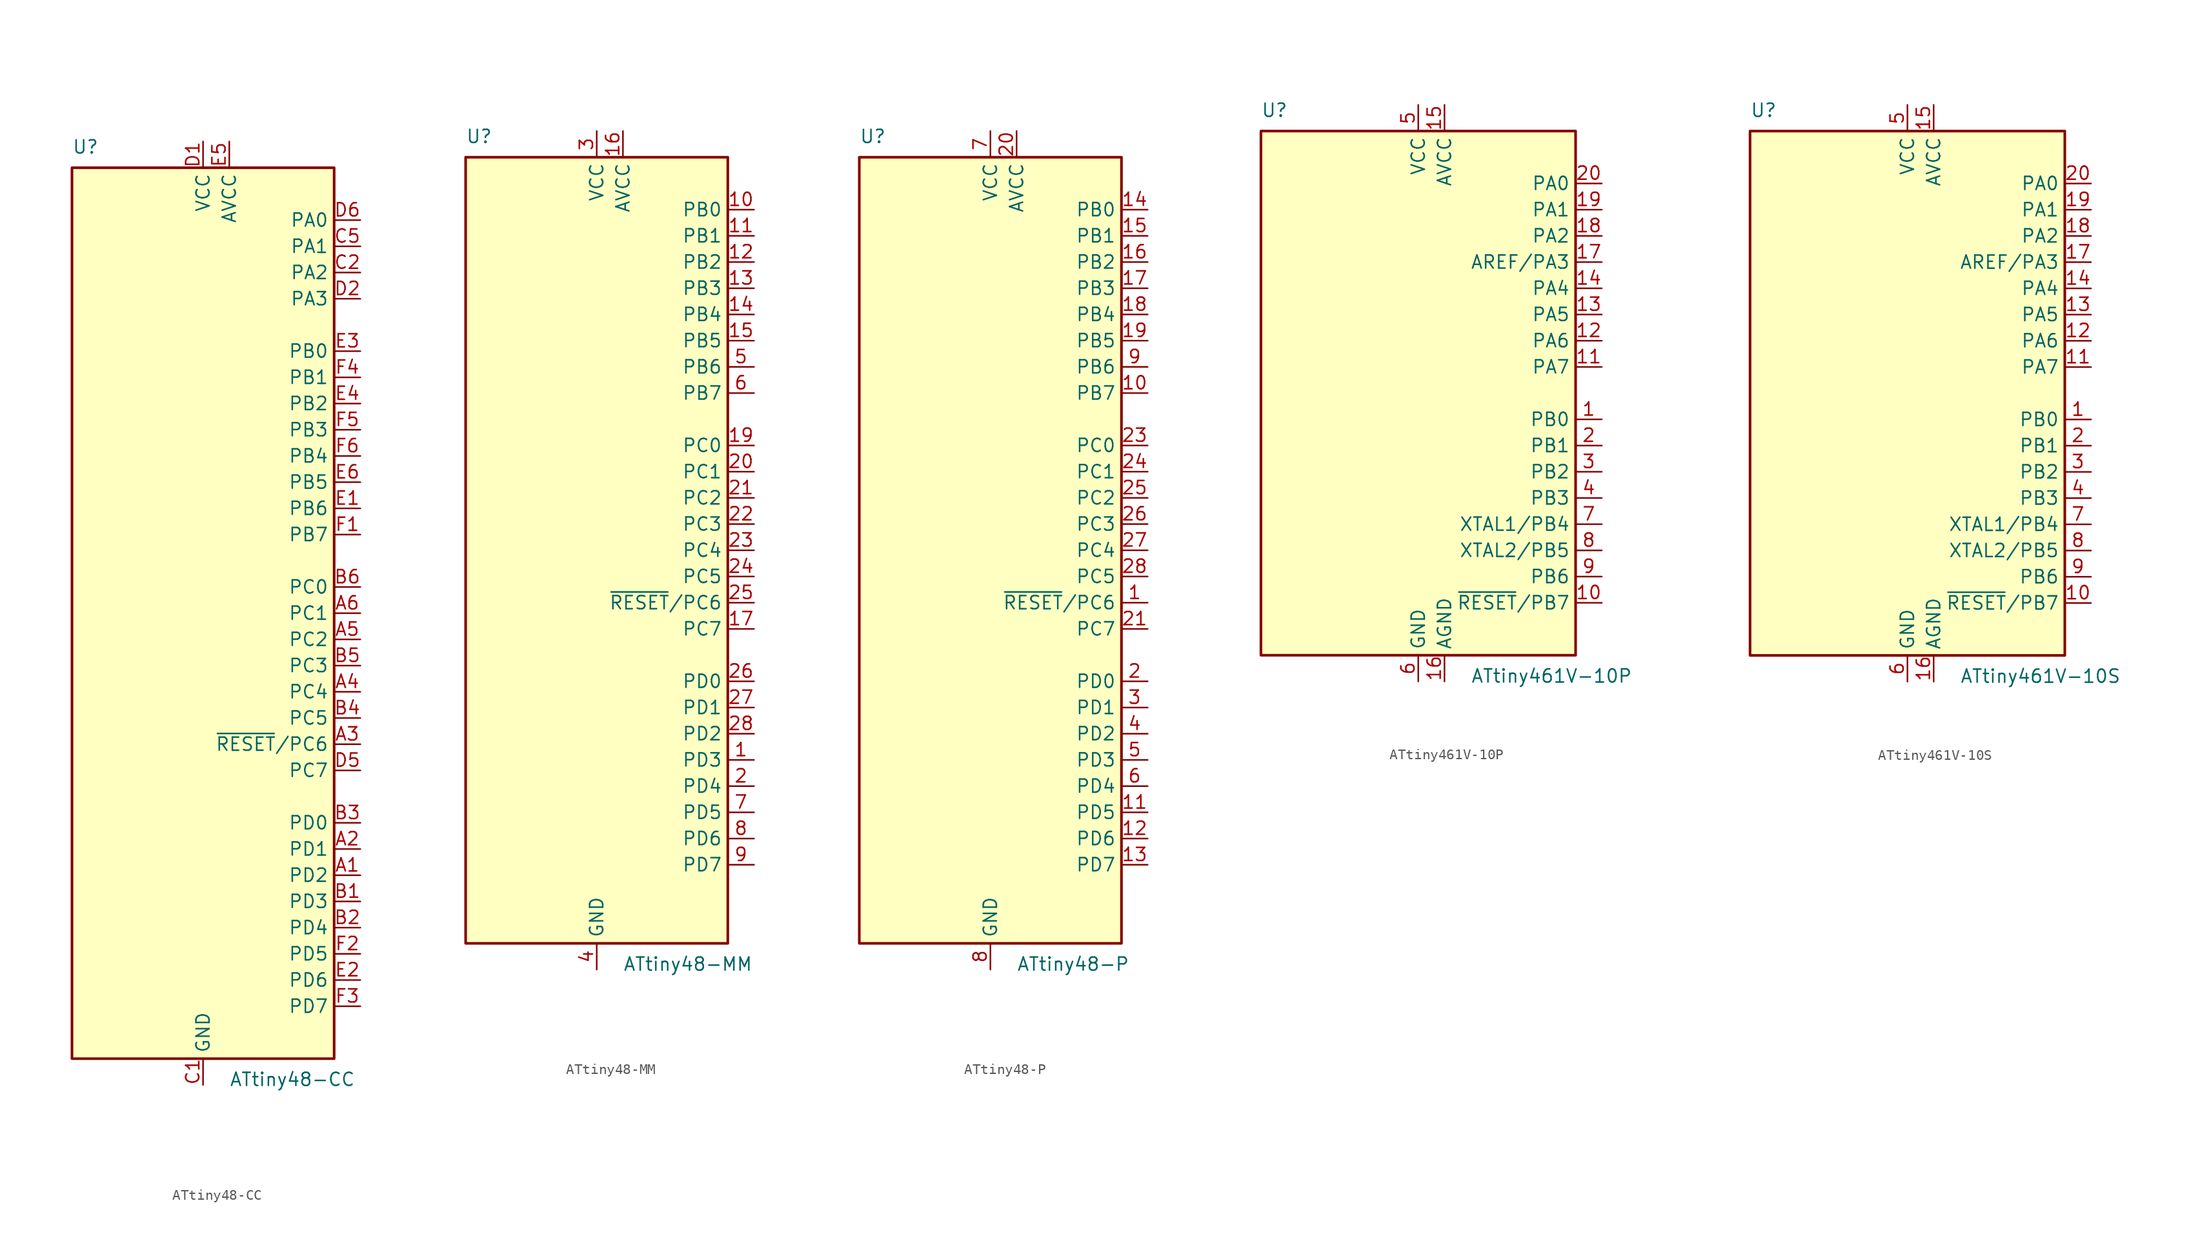
<source format=kicad_sym>
(kicad_symbol_lib
  (version 20201005)
  (generator kicad_symbol_editor)
  (symbol "MCU_Microchip_ATtiny:ATtiny48-CC"
    (property "Reference" "U"
      (at -12.7 44.45 0)
      (effects (font (size 1.27 1.27)) (justify left bottom)))
    (property "Value" "ATtiny48-CC"
      (at 2.54 -44.45 0)
      (effects (font (size 1.27 1.27)) (justify left top)))
    (symbol "ATtiny48-CC_0_1"
      (rectangle (start -12.7 -43.18) (end 12.7 43.18) (stroke (width 0.254)) (fill (type background))))
    (symbol "ATtiny48-CC_1_1"
      (pin bidirectional line (at 15.24 -25.4 180) (length 2.54) (name "PD2" (effects (font (size 1.27 1.27)))) (number "A1" (effects (font (size 1.27 1.27)))))
      (pin bidirectional line (at 15.24 -22.86 180) (length 2.54) (name "PD1" (effects (font (size 1.27 1.27)))) (number "A2" (effects (font (size 1.27 1.27)))))
      (pin bidirectional line (at 15.24 -12.7 180) (length 2.54) (name "~RESET~/PC6" (effects (font (size 1.27 1.27)))) (number "A3" (effects (font (size 1.27 1.27)))))
      (pin bidirectional line (at 15.24 -7.62 180) (length 2.54) (name "PC4" (effects (font (size 1.27 1.27)))) (number "A4" (effects (font (size 1.27 1.27)))))
      (pin bidirectional line (at 15.24 -2.54 180) (length 2.54) (name "PC2" (effects (font (size 1.27 1.27)))) (number "A5" (effects (font (size 1.27 1.27)))))
      (pin bidirectional line (at 15.24 0 180) (length 2.54) (name "PC1" (effects (font (size 1.27 1.27)))) (number "A6" (effects (font (size 1.27 1.27)))))
      (pin bidirectional line (at 15.24 -27.94 180) (length 2.54) (name "PD3" (effects (font (size 1.27 1.27)))) (number "B1" (effects (font (size 1.27 1.27)))))
      (pin bidirectional line (at 15.24 -30.48 180) (length 2.54) (name "PD4" (effects (font (size 1.27 1.27)))) (number "B2" (effects (font (size 1.27 1.27)))))
      (pin bidirectional line (at 15.24 -20.32 180) (length 2.54) (name "PD0" (effects (font (size 1.27 1.27)))) (number "B3" (effects (font (size 1.27 1.27)))))
      (pin bidirectional line (at 15.24 -10.16 180) (length 2.54) (name "PC5" (effects (font (size 1.27 1.27)))) (number "B4" (effects (font (size 1.27 1.27)))))
      (pin bidirectional line (at 15.24 -5.08 180) (length 2.54) (name "PC3" (effects (font (size 1.27 1.27)))) (number "B5" (effects (font (size 1.27 1.27)))))
      (pin bidirectional line (at 15.24 2.54 180) (length 2.54) (name "PC0" (effects (font (size 1.27 1.27)))) (number "B6" (effects (font (size 1.27 1.27)))))
      (pin power_in line (at 0 -45.72 90) (length 2.54) (name "GND" (effects (font (size 1.27 1.27)))) (number "C1" (effects (font (size 1.27 1.27)))))
      (pin bidirectional line (at 15.24 33.02 180) (length 2.54) (name "PA2" (effects (font (size 1.27 1.27)))) (number "C2" (effects (font (size 1.27 1.27)))))
      (pin bidirectional line (at 15.24 35.56 180) (length 2.54) (name "PA1" (effects (font (size 1.27 1.27)))) (number "C5" (effects (font (size 1.27 1.27)))))
      (pin passive line (at 0 -45.72 90) (length 2.54) hide (name "GND" (effects (font (size 1.27 1.27)))) (number "C6" (effects (font (size 1.27 1.27)))))
      (pin power_in line (at 0 45.72 270) (length 2.54) (name "VCC" (effects (font (size 1.27 1.27)))) (number "D1" (effects (font (size 1.27 1.27)))))
      (pin bidirectional line (at 15.24 30.48 180) (length 2.54) (name "PA3" (effects (font (size 1.27 1.27)))) (number "D2" (effects (font (size 1.27 1.27)))))
      (pin bidirectional line (at 15.24 -15.24 180) (length 2.54) (name "PC7" (effects (font (size 1.27 1.27)))) (number "D5" (effects (font (size 1.27 1.27)))))
      (pin bidirectional line (at 15.24 38.1 180) (length 2.54) (name "PA0" (effects (font (size 1.27 1.27)))) (number "D6" (effects (font (size 1.27 1.27)))))
      (pin bidirectional line (at 15.24 10.16 180) (length 2.54) (name "PB6" (effects (font (size 1.27 1.27)))) (number "E1" (effects (font (size 1.27 1.27)))))
      (pin bidirectional line (at 15.24 -35.56 180) (length 2.54) (name "PD6" (effects (font (size 1.27 1.27)))) (number "E2" (effects (font (size 1.27 1.27)))))
      (pin bidirectional line (at 15.24 25.4 180) (length 2.54) (name "PB0" (effects (font (size 1.27 1.27)))) (number "E3" (effects (font (size 1.27 1.27)))))
      (pin bidirectional line (at 15.24 20.32 180) (length 2.54) (name "PB2" (effects (font (size 1.27 1.27)))) (number "E4" (effects (font (size 1.27 1.27)))))
      (pin power_in line (at 2.54 45.72 270) (length 2.54) (name "AVCC" (effects (font (size 1.27 1.27)))) (number "E5" (effects (font (size 1.27 1.27)))))
      (pin bidirectional line (at 15.24 12.7 180) (length 2.54) (name "PB5" (effects (font (size 1.27 1.27)))) (number "E6" (effects (font (size 1.27 1.27)))))
      (pin bidirectional line (at 15.24 7.62 180) (length 2.54) (name "PB7" (effects (font (size 1.27 1.27)))) (number "F1" (effects (font (size 1.27 1.27)))))
      (pin bidirectional line (at 15.24 -33.02 180) (length 2.54) (name "PD5" (effects (font (size 1.27 1.27)))) (number "F2" (effects (font (size 1.27 1.27)))))
      (pin bidirectional line (at 15.24 -38.1 180) (length 2.54) (name "PD7" (effects (font (size 1.27 1.27)))) (number "F3" (effects (font (size 1.27 1.27)))))
      (pin bidirectional line (at 15.24 22.86 180) (length 2.54) (name "PB1" (effects (font (size 1.27 1.27)))) (number "F4" (effects (font (size 1.27 1.27)))))
      (pin bidirectional line (at 15.24 17.78 180) (length 2.54) (name "PB3" (effects (font (size 1.27 1.27)))) (number "F5" (effects (font (size 1.27 1.27)))))
      (pin bidirectional line (at 15.24 15.24 180) (length 2.54) (name "PB4" (effects (font (size 1.27 1.27)))) (number "F6" (effects (font (size 1.27 1.27)))))))
  (symbol "MCU_Microchip_ATtiny:ATtiny48-MM"
    (property "Reference" "U"
      (at -12.7 39.37 0)
      (effects (font (size 1.27 1.27)) (justify left bottom)))
    (property "Value" "ATtiny48-MM"
      (at 2.54 -39.37 0)
      (effects (font (size 1.27 1.27)) (justify left top)))
    (symbol "ATtiny48-MM_0_1"
      (rectangle (start -12.7 -38.1) (end 12.7 38.1) (stroke (width 0.254)) (fill (type background))))
    (symbol "ATtiny48-MM_1_1"
      (pin bidirectional line (at 15.24 -20.32 180) (length 2.54) (name "PD3" (effects (font (size 1.27 1.27)))) (number "1" (effects (font (size 1.27 1.27)))))
      (pin bidirectional line (at 15.24 33.02 180) (length 2.54) (name "PB0" (effects (font (size 1.27 1.27)))) (number "10" (effects (font (size 1.27 1.27)))))
      (pin bidirectional line (at 15.24 30.48 180) (length 2.54) (name "PB1" (effects (font (size 1.27 1.27)))) (number "11" (effects (font (size 1.27 1.27)))))
      (pin bidirectional line (at 15.24 27.94 180) (length 2.54) (name "PB2" (effects (font (size 1.27 1.27)))) (number "12" (effects (font (size 1.27 1.27)))))
      (pin bidirectional line (at 15.24 25.4 180) (length 2.54) (name "PB3" (effects (font (size 1.27 1.27)))) (number "13" (effects (font (size 1.27 1.27)))))
      (pin bidirectional line (at 15.24 22.86 180) (length 2.54) (name "PB4" (effects (font (size 1.27 1.27)))) (number "14" (effects (font (size 1.27 1.27)))))
      (pin bidirectional line (at 15.24 20.32 180) (length 2.54) (name "PB5" (effects (font (size 1.27 1.27)))) (number "15" (effects (font (size 1.27 1.27)))))
      (pin power_in line (at 2.54 40.64 270) (length 2.54) (name "AVCC" (effects (font (size 1.27 1.27)))) (number "16" (effects (font (size 1.27 1.27)))))
      (pin bidirectional line (at 15.24 -7.62 180) (length 2.54) (name "PC7" (effects (font (size 1.27 1.27)))) (number "17" (effects (font (size 1.27 1.27)))))
      (pin passive line (at 0 -40.64 90) (length 2.54) hide (name "GND" (effects (font (size 1.27 1.27)))) (number "18" (effects (font (size 1.27 1.27)))))
      (pin bidirectional line (at 15.24 10.16 180) (length 2.54) (name "PC0" (effects (font (size 1.27 1.27)))) (number "19" (effects (font (size 1.27 1.27)))))
      (pin bidirectional line (at 15.24 -22.86 180) (length 2.54) (name "PD4" (effects (font (size 1.27 1.27)))) (number "2" (effects (font (size 1.27 1.27)))))
      (pin bidirectional line (at 15.24 7.62 180) (length 2.54) (name "PC1" (effects (font (size 1.27 1.27)))) (number "20" (effects (font (size 1.27 1.27)))))
      (pin bidirectional line (at 15.24 5.08 180) (length 2.54) (name "PC2" (effects (font (size 1.27 1.27)))) (number "21" (effects (font (size 1.27 1.27)))))
      (pin bidirectional line (at 15.24 2.54 180) (length 2.54) (name "PC3" (effects (font (size 1.27 1.27)))) (number "22" (effects (font (size 1.27 1.27)))))
      (pin bidirectional line (at 15.24 0 180) (length 2.54) (name "PC4" (effects (font (size 1.27 1.27)))) (number "23" (effects (font (size 1.27 1.27)))))
      (pin bidirectional line (at 15.24 -2.54 180) (length 2.54) (name "PC5" (effects (font (size 1.27 1.27)))) (number "24" (effects (font (size 1.27 1.27)))))
      (pin bidirectional line (at 15.24 -5.08 180) (length 2.54) (name "~RESET~/PC6" (effects (font (size 1.27 1.27)))) (number "25" (effects (font (size 1.27 1.27)))))
      (pin bidirectional line (at 15.24 -12.7 180) (length 2.54) (name "PD0" (effects (font (size 1.27 1.27)))) (number "26" (effects (font (size 1.27 1.27)))))
      (pin bidirectional line (at 15.24 -15.24 180) (length 2.54) (name "PD1" (effects (font (size 1.27 1.27)))) (number "27" (effects (font (size 1.27 1.27)))))
      (pin bidirectional line (at 15.24 -17.78 180) (length 2.54) (name "PD2" (effects (font (size 1.27 1.27)))) (number "28" (effects (font (size 1.27 1.27)))))
      (pin passive line (at 0 -40.64 90) (length 2.54) hide (name "GND" (effects (font (size 1.27 1.27)))) (number "29" (effects (font (size 1.27 1.27)))))
      (pin power_in line (at 0 40.64 270) (length 2.54) (name "VCC" (effects (font (size 1.27 1.27)))) (number "3" (effects (font (size 1.27 1.27)))))
      (pin power_in line (at 0 -40.64 90) (length 2.54) (name "GND" (effects (font (size 1.27 1.27)))) (number "4" (effects (font (size 1.27 1.27)))))
      (pin bidirectional line (at 15.24 17.78 180) (length 2.54) (name "PB6" (effects (font (size 1.27 1.27)))) (number "5" (effects (font (size 1.27 1.27)))))
      (pin bidirectional line (at 15.24 15.24 180) (length 2.54) (name "PB7" (effects (font (size 1.27 1.27)))) (number "6" (effects (font (size 1.27 1.27)))))
      (pin bidirectional line (at 15.24 -25.4 180) (length 2.54) (name "PD5" (effects (font (size 1.27 1.27)))) (number "7" (effects (font (size 1.27 1.27)))))
      (pin bidirectional line (at 15.24 -27.94 180) (length 2.54) (name "PD6" (effects (font (size 1.27 1.27)))) (number "8" (effects (font (size 1.27 1.27)))))
      (pin bidirectional line (at 15.24 -30.48 180) (length 2.54) (name "PD7" (effects (font (size 1.27 1.27)))) (number "9" (effects (font (size 1.27 1.27)))))))
  (symbol "MCU_Microchip_ATtiny:ATtiny48-P"
    (property "Reference" "U"
      (at -12.7 39.37 0)
      (effects (font (size 1.27 1.27)) (justify left bottom)))
    (property "Value" "ATtiny48-P"
      (at 2.54 -39.37 0)
      (effects (font (size 1.27 1.27)) (justify left top)))
    (symbol "ATtiny48-P_0_1"
      (rectangle (start -12.7 -38.1) (end 12.7 38.1) (stroke (width 0.254)) (fill (type background))))
    (symbol "ATtiny48-P_1_1"
      (pin bidirectional line (at 15.24 -5.08 180) (length 2.54) (name "~RESET~/PC6" (effects (font (size 1.27 1.27)))) (number "1" (effects (font (size 1.27 1.27)))))
      (pin bidirectional line (at 15.24 15.24 180) (length 2.54) (name "PB7" (effects (font (size 1.27 1.27)))) (number "10" (effects (font (size 1.27 1.27)))))
      (pin bidirectional line (at 15.24 -25.4 180) (length 2.54) (name "PD5" (effects (font (size 1.27 1.27)))) (number "11" (effects (font (size 1.27 1.27)))))
      (pin bidirectional line (at 15.24 -27.94 180) (length 2.54) (name "PD6" (effects (font (size 1.27 1.27)))) (number "12" (effects (font (size 1.27 1.27)))))
      (pin bidirectional line (at 15.24 -30.48 180) (length 2.54) (name "PD7" (effects (font (size 1.27 1.27)))) (number "13" (effects (font (size 1.27 1.27)))))
      (pin bidirectional line (at 15.24 33.02 180) (length 2.54) (name "PB0" (effects (font (size 1.27 1.27)))) (number "14" (effects (font (size 1.27 1.27)))))
      (pin bidirectional line (at 15.24 30.48 180) (length 2.54) (name "PB1" (effects (font (size 1.27 1.27)))) (number "15" (effects (font (size 1.27 1.27)))))
      (pin bidirectional line (at 15.24 27.94 180) (length 2.54) (name "PB2" (effects (font (size 1.27 1.27)))) (number "16" (effects (font (size 1.27 1.27)))))
      (pin bidirectional line (at 15.24 25.4 180) (length 2.54) (name "PB3" (effects (font (size 1.27 1.27)))) (number "17" (effects (font (size 1.27 1.27)))))
      (pin bidirectional line (at 15.24 22.86 180) (length 2.54) (name "PB4" (effects (font (size 1.27 1.27)))) (number "18" (effects (font (size 1.27 1.27)))))
      (pin bidirectional line (at 15.24 20.32 180) (length 2.54) (name "PB5" (effects (font (size 1.27 1.27)))) (number "19" (effects (font (size 1.27 1.27)))))
      (pin bidirectional line (at 15.24 -12.7 180) (length 2.54) (name "PD0" (effects (font (size 1.27 1.27)))) (number "2" (effects (font (size 1.27 1.27)))))
      (pin power_in line (at 2.54 40.64 270) (length 2.54) (name "AVCC" (effects (font (size 1.27 1.27)))) (number "20" (effects (font (size 1.27 1.27)))))
      (pin bidirectional line (at 15.24 -7.62 180) (length 2.54) (name "PC7" (effects (font (size 1.27 1.27)))) (number "21" (effects (font (size 1.27 1.27)))))
      (pin passive line (at 0 -40.64 90) (length 2.54) hide (name "GND" (effects (font (size 1.27 1.27)))) (number "22" (effects (font (size 1.27 1.27)))))
      (pin bidirectional line (at 15.24 10.16 180) (length 2.54) (name "PC0" (effects (font (size 1.27 1.27)))) (number "23" (effects (font (size 1.27 1.27)))))
      (pin bidirectional line (at 15.24 7.62 180) (length 2.54) (name "PC1" (effects (font (size 1.27 1.27)))) (number "24" (effects (font (size 1.27 1.27)))))
      (pin bidirectional line (at 15.24 5.08 180) (length 2.54) (name "PC2" (effects (font (size 1.27 1.27)))) (number "25" (effects (font (size 1.27 1.27)))))
      (pin bidirectional line (at 15.24 2.54 180) (length 2.54) (name "PC3" (effects (font (size 1.27 1.27)))) (number "26" (effects (font (size 1.27 1.27)))))
      (pin bidirectional line (at 15.24 0 180) (length 2.54) (name "PC4" (effects (font (size 1.27 1.27)))) (number "27" (effects (font (size 1.27 1.27)))))
      (pin bidirectional line (at 15.24 -2.54 180) (length 2.54) (name "PC5" (effects (font (size 1.27 1.27)))) (number "28" (effects (font (size 1.27 1.27)))))
      (pin bidirectional line (at 15.24 -15.24 180) (length 2.54) (name "PD1" (effects (font (size 1.27 1.27)))) (number "3" (effects (font (size 1.27 1.27)))))
      (pin bidirectional line (at 15.24 -17.78 180) (length 2.54) (name "PD2" (effects (font (size 1.27 1.27)))) (number "4" (effects (font (size 1.27 1.27)))))
      (pin bidirectional line (at 15.24 -20.32 180) (length 2.54) (name "PD3" (effects (font (size 1.27 1.27)))) (number "5" (effects (font (size 1.27 1.27)))))
      (pin bidirectional line (at 15.24 -22.86 180) (length 2.54) (name "PD4" (effects (font (size 1.27 1.27)))) (number "6" (effects (font (size 1.27 1.27)))))
      (pin power_in line (at 0 40.64 270) (length 2.54) (name "VCC" (effects (font (size 1.27 1.27)))) (number "7" (effects (font (size 1.27 1.27)))))
      (pin power_in line (at 0 -40.64 90) (length 2.54) (name "GND" (effects (font (size 1.27 1.27)))) (number "8" (effects (font (size 1.27 1.27)))))
      (pin bidirectional line (at 15.24 17.78 180) (length 2.54) (name "PB6" (effects (font (size 1.27 1.27)))) (number "9" (effects (font (size 1.27 1.27)))))))
  (symbol "MCU_Microchip_ATtiny:ATtiny461V-10P"
    (property "Reference" "U"
      (at -15.24 26.67 0)
      (effects (font (size 1.27 1.27)) (justify left bottom)))
    (property "Value" "ATtiny461V-10P"
      (at 5.08 -26.67 0)
      (effects (font (size 1.27 1.27)) (justify left top)))
    (symbol "ATtiny461V-10P_0_1"
      (rectangle (start -15.24 -25.4) (end 15.24 25.4) (stroke (width 0.254)) (fill (type background))))
    (symbol "ATtiny461V-10P_1_1"
      (pin bidirectional line (at 17.78 -2.54 180) (length 2.54) (name "PB0" (effects (font (size 1.27 1.27)))) (number "1" (effects (font (size 1.27 1.27)))))
      (pin bidirectional line (at 17.78 -20.32 180) (length 2.54) (name "~RESET~/PB7" (effects (font (size 1.27 1.27)))) (number "10" (effects (font (size 1.27 1.27)))))
      (pin bidirectional line (at 17.78 2.54 180) (length 2.54) (name "PA7" (effects (font (size 1.27 1.27)))) (number "11" (effects (font (size 1.27 1.27)))))
      (pin bidirectional line (at 17.78 5.08 180) (length 2.54) (name "PA6" (effects (font (size 1.27 1.27)))) (number "12" (effects (font (size 1.27 1.27)))))
      (pin bidirectional line (at 17.78 7.62 180) (length 2.54) (name "PA5" (effects (font (size 1.27 1.27)))) (number "13" (effects (font (size 1.27 1.27)))))
      (pin bidirectional line (at 17.78 10.16 180) (length 2.54) (name "PA4" (effects (font (size 1.27 1.27)))) (number "14" (effects (font (size 1.27 1.27)))))
      (pin power_in line (at 2.54 27.94 270) (length 2.54) (name "AVCC" (effects (font (size 1.27 1.27)))) (number "15" (effects (font (size 1.27 1.27)))))
      (pin power_in line (at 2.54 -27.94 90) (length 2.54) (name "AGND" (effects (font (size 1.27 1.27)))) (number "16" (effects (font (size 1.27 1.27)))))
      (pin bidirectional line (at 17.78 12.7 180) (length 2.54) (name "AREF/PA3" (effects (font (size 1.27 1.27)))) (number "17" (effects (font (size 1.27 1.27)))))
      (pin bidirectional line (at 17.78 15.24 180) (length 2.54) (name "PA2" (effects (font (size 1.27 1.27)))) (number "18" (effects (font (size 1.27 1.27)))))
      (pin bidirectional line (at 17.78 17.78 180) (length 2.54) (name "PA1" (effects (font (size 1.27 1.27)))) (number "19" (effects (font (size 1.27 1.27)))))
      (pin bidirectional line (at 17.78 -5.08 180) (length 2.54) (name "PB1" (effects (font (size 1.27 1.27)))) (number "2" (effects (font (size 1.27 1.27)))))
      (pin bidirectional line (at 17.78 20.32 180) (length 2.54) (name "PA0" (effects (font (size 1.27 1.27)))) (number "20" (effects (font (size 1.27 1.27)))))
      (pin bidirectional line (at 17.78 -7.62 180) (length 2.54) (name "PB2" (effects (font (size 1.27 1.27)))) (number "3" (effects (font (size 1.27 1.27)))))
      (pin bidirectional line (at 17.78 -10.16 180) (length 2.54) (name "PB3" (effects (font (size 1.27 1.27)))) (number "4" (effects (font (size 1.27 1.27)))))
      (pin power_in line (at 0 27.94 270) (length 2.54) (name "VCC" (effects (font (size 1.27 1.27)))) (number "5" (effects (font (size 1.27 1.27)))))
      (pin power_in line (at 0 -27.94 90) (length 2.54) (name "GND" (effects (font (size 1.27 1.27)))) (number "6" (effects (font (size 1.27 1.27)))))
      (pin bidirectional line (at 17.78 -12.7 180) (length 2.54) (name "XTAL1/PB4" (effects (font (size 1.27 1.27)))) (number "7" (effects (font (size 1.27 1.27)))))
      (pin bidirectional line (at 17.78 -15.24 180) (length 2.54) (name "XTAL2/PB5" (effects (font (size 1.27 1.27)))) (number "8" (effects (font (size 1.27 1.27)))))
      (pin bidirectional line (at 17.78 -17.78 180) (length 2.54) (name "PB6" (effects (font (size 1.27 1.27)))) (number "9" (effects (font (size 1.27 1.27)))))))
  (symbol "MCU_Microchip_ATtiny:ATtiny461V-10S"
    (property "Reference" "U"
      (at -15.24 26.67 0)
      (effects (font (size 1.27 1.27)) (justify left bottom)))
    (property "Value" "ATtiny461V-10S"
      (at 5.08 -26.67 0)
      (effects (font (size 1.27 1.27)) (justify left top)))
    (symbol "ATtiny461V-10S_0_1"
      (rectangle (start -15.24 -25.4) (end 15.24 25.4) (stroke (width 0.254)) (fill (type background))))
    (symbol "ATtiny461V-10S_1_1"
      (pin bidirectional line (at 17.78 -2.54 180) (length 2.54) (name "PB0" (effects (font (size 1.27 1.27)))) (number "1" (effects (font (size 1.27 1.27)))))
      (pin bidirectional line (at 17.78 -20.32 180) (length 2.54) (name "~RESET~/PB7" (effects (font (size 1.27 1.27)))) (number "10" (effects (font (size 1.27 1.27)))))
      (pin bidirectional line (at 17.78 2.54 180) (length 2.54) (name "PA7" (effects (font (size 1.27 1.27)))) (number "11" (effects (font (size 1.27 1.27)))))
      (pin bidirectional line (at 17.78 5.08 180) (length 2.54) (name "PA6" (effects (font (size 1.27 1.27)))) (number "12" (effects (font (size 1.27 1.27)))))
      (pin bidirectional line (at 17.78 7.62 180) (length 2.54) (name "PA5" (effects (font (size 1.27 1.27)))) (number "13" (effects (font (size 1.27 1.27)))))
      (pin bidirectional line (at 17.78 10.16 180) (length 2.54) (name "PA4" (effects (font (size 1.27 1.27)))) (number "14" (effects (font (size 1.27 1.27)))))
      (pin power_in line (at 2.54 27.94 270) (length 2.54) (name "AVCC" (effects (font (size 1.27 1.27)))) (number "15" (effects (font (size 1.27 1.27)))))
      (pin power_in line (at 2.54 -27.94 90) (length 2.54) (name "AGND" (effects (font (size 1.27 1.27)))) (number "16" (effects (font (size 1.27 1.27)))))
      (pin bidirectional line (at 17.78 12.7 180) (length 2.54) (name "AREF/PA3" (effects (font (size 1.27 1.27)))) (number "17" (effects (font (size 1.27 1.27)))))
      (pin bidirectional line (at 17.78 15.24 180) (length 2.54) (name "PA2" (effects (font (size 1.27 1.27)))) (number "18" (effects (font (size 1.27 1.27)))))
      (pin bidirectional line (at 17.78 17.78 180) (length 2.54) (name "PA1" (effects (font (size 1.27 1.27)))) (number "19" (effects (font (size 1.27 1.27)))))
      (pin bidirectional line (at 17.78 -5.08 180) (length 2.54) (name "PB1" (effects (font (size 1.27 1.27)))) (number "2" (effects (font (size 1.27 1.27)))))
      (pin bidirectional line (at 17.78 20.32 180) (length 2.54) (name "PA0" (effects (font (size 1.27 1.27)))) (number "20" (effects (font (size 1.27 1.27)))))
      (pin bidirectional line (at 17.78 -7.62 180) (length 2.54) (name "PB2" (effects (font (size 1.27 1.27)))) (number "3" (effects (font (size 1.27 1.27)))))
      (pin bidirectional line (at 17.78 -10.16 180) (length 2.54) (name "PB3" (effects (font (size 1.27 1.27)))) (number "4" (effects (font (size 1.27 1.27)))))
      (pin power_in line (at 0 27.94 270) (length 2.54) (name "VCC" (effects (font (size 1.27 1.27)))) (number "5" (effects (font (size 1.27 1.27)))))
      (pin power_in line (at 0 -27.94 90) (length 2.54) (name "GND" (effects (font (size 1.27 1.27)))) (number "6" (effects (font (size 1.27 1.27)))))
      (pin bidirectional line (at 17.78 -12.7 180) (length 2.54) (name "XTAL1/PB4" (effects (font (size 1.27 1.27)))) (number "7" (effects (font (size 1.27 1.27)))))
      (pin bidirectional line (at 17.78 -15.24 180) (length 2.54) (name "XTAL2/PB5" (effects (font (size 1.27 1.27)))) (number "8" (effects (font (size 1.27 1.27)))))
      (pin bidirectional line (at 17.78 -17.78 180) (length 2.54) (name "PB6" (effects (font (size 1.27 1.27)))) (number "9" (effects (font (size 1.27 1.27))))))))
</source>
